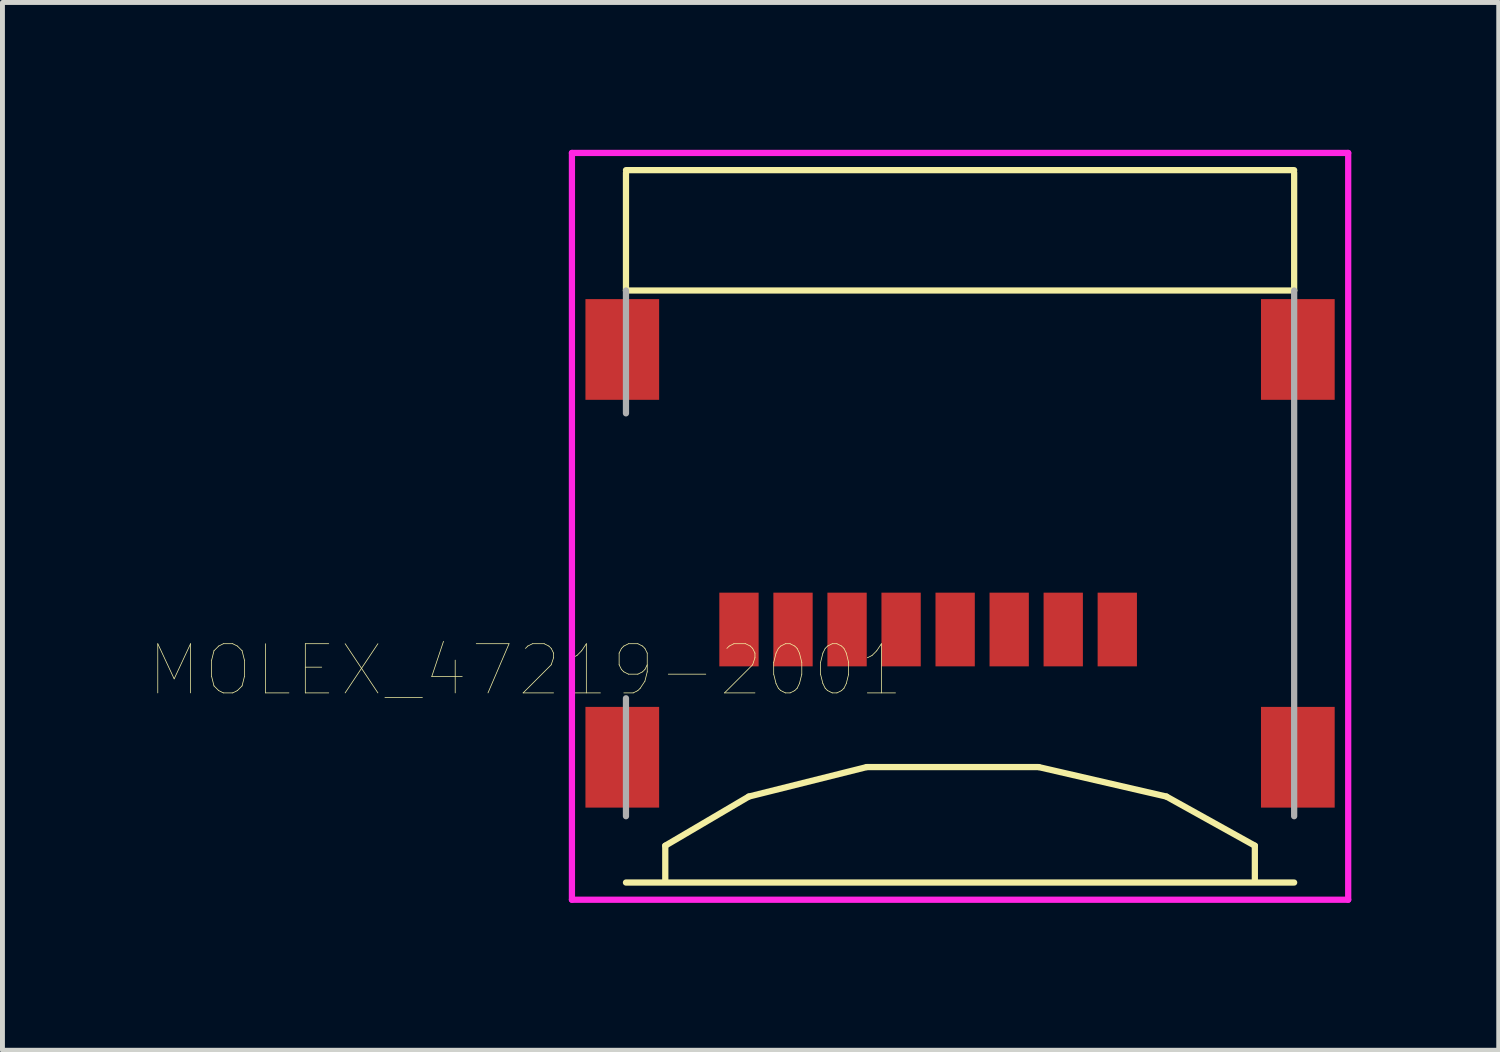
<source format=kicad_pcb>
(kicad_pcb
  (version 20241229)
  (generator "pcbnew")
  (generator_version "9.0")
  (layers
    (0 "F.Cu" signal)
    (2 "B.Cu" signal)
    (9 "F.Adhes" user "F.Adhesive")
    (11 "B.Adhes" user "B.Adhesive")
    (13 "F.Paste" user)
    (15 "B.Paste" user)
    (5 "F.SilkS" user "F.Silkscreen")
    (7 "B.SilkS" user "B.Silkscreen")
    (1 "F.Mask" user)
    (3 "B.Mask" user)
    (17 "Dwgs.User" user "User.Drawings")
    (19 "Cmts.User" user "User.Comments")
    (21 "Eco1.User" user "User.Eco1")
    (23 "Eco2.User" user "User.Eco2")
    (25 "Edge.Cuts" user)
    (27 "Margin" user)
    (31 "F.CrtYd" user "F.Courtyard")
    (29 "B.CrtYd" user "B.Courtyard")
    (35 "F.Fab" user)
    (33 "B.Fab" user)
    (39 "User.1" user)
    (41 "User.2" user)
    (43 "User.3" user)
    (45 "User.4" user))
  (footprint "MOLEX_47219-2001"
    (layer "F.Cu")
    (at 16.491 7.663)
    (property "Reference" "MOLEX_47219-2001" (at -8.846 2.928 180) (layer "F.SilkS") (effects (font (size 1.001 1.001) (thickness 0.015))))
    (attr through_hole)
    (fp_line (start -6.8 -7.25) (end 6.8 -7.25) (stroke (width 0.127) (type solid)) (layer "F.SilkS"))
    (fp_line (start -6.8 -7.2) (end -6.8 -4.8) (stroke (width 0.127) (type solid)) (layer "F.SilkS"))
    (fp_line (start -6.8 -4.8) (end 6.8 -4.8) (stroke (width 0.127) (type solid)) (layer "F.SilkS"))
    (fp_line (start -6.8 7.25) (end 6.8 7.25) (stroke (width 0.127) (type solid)) (layer "F.SilkS"))
    (fp_line (start -6 6.5) (end -4.3 5.5) (stroke (width 0.127) (type solid)) (layer "F.SilkS"))
    (fp_line (start -6 7.2) (end -6 6.5) (stroke (width 0.127) (type solid)) (layer "F.SilkS"))
    (fp_line (start -4.3 5.5) (end -1.9 4.9) (stroke (width 0.127) (type solid)) (layer "F.SilkS"))
    (fp_line (start -1.9 4.9) (end 1.6 4.9) (stroke (width 0.127) (type solid)) (layer "F.SilkS"))
    (fp_line (start 1.6 4.9) (end 4.2 5.5) (stroke (width 0.127) (type solid)) (layer "F.SilkS"))
    (fp_line (start 4.2 5.5) (end 6 6.5) (stroke (width 0.127) (type solid)) (layer "F.SilkS"))
    (fp_line (start 6 7.2) (end 6 6.5) (stroke (width 0.127) (type solid)) (layer "F.SilkS"))
    (fp_line (start 6.8 -7.2) (end 6.8 -4.8) (stroke (width 0.127) (type solid)) (layer "F.SilkS"))
    (fp_line (start -7.9 -7.6) (end 7.9 -7.6) (stroke (width 0.127) (type solid)) (layer "F.CrtYd"))
    (fp_line (start -7.9 7.6) (end -7.9 -7.6) (stroke (width 0.127) (type solid)) (layer "F.CrtYd"))
    (fp_line (start 7.9 -7.6) (end 7.9 7.6) (stroke (width 0.127) (type solid)) (layer "F.CrtYd"))
    (fp_line (start 7.9 7.6) (end -7.9 7.6) (stroke (width 0.127) (type solid)) (layer "F.CrtYd"))
    (fp_line (start -6.8 -2.3) (end -6.8 -4.8) (stroke (width 0.127) (type solid)) (layer "F.Fab"))
    (fp_line (start -6.8 5.9) (end -6.8 3.5) (stroke (width 0.127) (type solid)) (layer "F.Fab"))
    (fp_line (start 6.8 -4.8) (end 6.8 5.9) (stroke (width 0.127) (type solid)) (layer "F.Fab"))
    (pad "1" smd rect (at 3.2 2.1) (size 0.8 1.5) (layers "F.Cu" "F.Mask" "F.Paste"))
    (pad "2" smd rect (at 2.1 2.1) (size 0.8 1.5) (layers "F.Cu" "F.Mask" "F.Paste"))
    (pad "3" smd rect (at 1 2.1) (size 0.8 1.5) (layers "F.Cu" "F.Mask" "F.Paste"))
    (pad "4" smd rect (at -0.1 2.1) (size 0.8 1.5) (layers "F.Cu" "F.Mask" "F.Paste"))
    (pad "5" smd rect (at -1.2 2.1) (size 0.8 1.5) (layers "F.Cu" "F.Mask" "F.Paste"))
    (pad "6" smd rect (at -2.3 2.1) (size 0.8 1.5) (layers "F.Cu" "F.Mask" "F.Paste"))
    (pad "7" smd rect (at -3.4 2.1) (size 0.8 1.5) (layers "F.Cu" "F.Mask" "F.Paste"))
    (pad "8" smd rect (at -4.5 2.1) (size 0.8 1.5) (layers "F.Cu" "F.Mask" "F.Paste"))
    (pad "G1" smd rect (at 6.875 4.7) (size 1.5 2.05) (layers "F.Cu" "F.Mask" "F.Paste"))
    (pad "G2" smd rect (at 6.875 -3.6) (size 1.5 2.05) (layers "F.Cu" "F.Mask" "F.Paste"))
    (pad "G3" smd rect (at -6.875 -3.6) (size 1.5 2.05) (layers "F.Cu" "F.Mask" "F.Paste"))
    (pad "G4" smd rect (at -6.875 4.7) (size 1.5 2.05) (layers "F.Cu" "F.Mask" "F.Paste")))
  (gr_rect
    (start -3 -3)
    (end 27.455 18.327)
    (stroke (width 0.1) (type default))
    (fill no)
    (layer "Edge.Cuts")))
</source>
